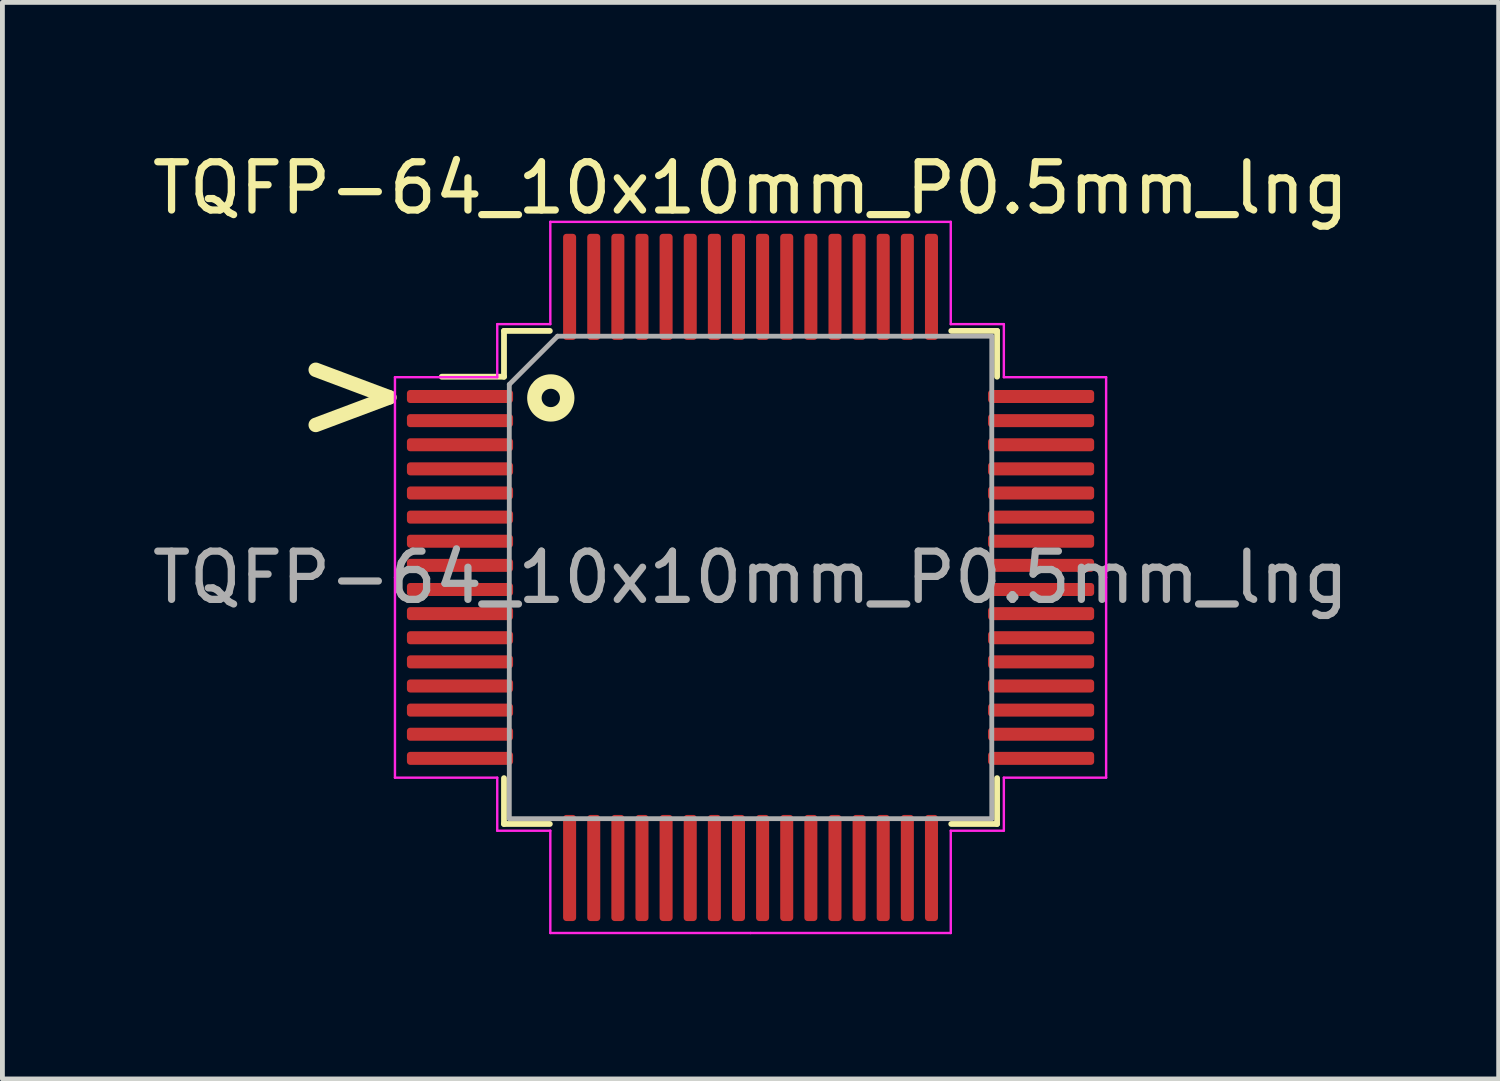
<source format=kicad_pcb>
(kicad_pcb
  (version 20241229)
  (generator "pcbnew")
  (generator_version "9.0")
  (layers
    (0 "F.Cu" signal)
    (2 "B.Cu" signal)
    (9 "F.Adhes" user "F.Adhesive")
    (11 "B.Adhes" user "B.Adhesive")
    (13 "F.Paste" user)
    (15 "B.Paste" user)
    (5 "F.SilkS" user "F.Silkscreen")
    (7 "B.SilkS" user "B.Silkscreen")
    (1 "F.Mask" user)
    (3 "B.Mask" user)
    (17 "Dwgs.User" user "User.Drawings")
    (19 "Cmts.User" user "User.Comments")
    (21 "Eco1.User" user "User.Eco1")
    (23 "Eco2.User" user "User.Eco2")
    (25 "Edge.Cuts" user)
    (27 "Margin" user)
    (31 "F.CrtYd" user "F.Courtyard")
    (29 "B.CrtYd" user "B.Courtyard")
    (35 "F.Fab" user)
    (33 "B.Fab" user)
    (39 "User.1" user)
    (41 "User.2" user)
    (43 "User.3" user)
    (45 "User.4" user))
  (footprint "TQFP-64_10x10mm_P0.5mm_lng"
    (layer "F.Cu")
    (at 12.506 8.918)
    (property "Reference" "TQFP-64_10x10mm_P0.5mm_lng" (at 0 -8.07 0) (layer "F.SilkS") (effects (font (size 1 1) (thickness 0.15))))
    (attr smd)
    (fp_line (start -5.11 -5.11) (end -5.11 -4.16) (stroke (width 0.12) (type solid)) (layer "F.SilkS"))
    (fp_line (start -5.11 -4.16) (end -6.4 -4.16) (stroke (width 0.12) (type solid)) (layer "F.SilkS"))
    (fp_line (start -5.11 5.11) (end -5.11 4.16) (stroke (width 0.12) (type solid)) (layer "F.SilkS"))
    (fp_line (start -4.16 -5.11) (end -5.11 -5.11) (stroke (width 0.12) (type solid)) (layer "F.SilkS"))
    (fp_line (start -4.16 5.11) (end -5.11 5.11) (stroke (width 0.12) (type solid)) (layer "F.SilkS"))
    (fp_line (start 4.16 -5.11) (end 5.11 -5.11) (stroke (width 0.12) (type solid)) (layer "F.SilkS"))
    (fp_line (start 4.16 5.11) (end 5.11 5.11) (stroke (width 0.12) (type solid)) (layer "F.SilkS"))
    (fp_line (start 5.11 -5.11) (end 5.11 -4.16) (stroke (width 0.12) (type solid)) (layer "F.SilkS"))
    (fp_line (start 5.11 5.11) (end 5.11 4.16) (stroke (width 0.12) (type solid)) (layer "F.SilkS"))
    (fp_circle (center -4.14 -3.72) (end -3.8 -3.72) (stroke (width 0.3) (type solid)) (fill no) (layer "F.SilkS"))
    (fp_line (start -7.37 -4.15) (end -7.37 0) (stroke (width 0.05) (type solid)) (layer "F.CrtYd"))
    (fp_line (start -7.37 4.15) (end -7.37 0) (stroke (width 0.05) (type solid)) (layer "F.CrtYd"))
    (fp_line (start -5.25 -5.25) (end -5.25 -4.15) (stroke (width 0.05) (type solid)) (layer "F.CrtYd"))
    (fp_line (start -5.25 -4.15) (end -7.37 -4.15) (stroke (width 0.05) (type solid)) (layer "F.CrtYd"))
    (fp_line (start -5.25 4.15) (end -7.37 4.15) (stroke (width 0.05) (type solid)) (layer "F.CrtYd"))
    (fp_line (start -5.25 5.25) (end -5.25 4.15) (stroke (width 0.05) (type solid)) (layer "F.CrtYd"))
    (fp_line (start -4.15 -7.37) (end -4.15 -5.25) (stroke (width 0.05) (type solid)) (layer "F.CrtYd"))
    (fp_line (start -4.15 -5.25) (end -5.25 -5.25) (stroke (width 0.05) (type solid)) (layer "F.CrtYd"))
    (fp_line (start -4.15 5.25) (end -5.25 5.25) (stroke (width 0.05) (type solid)) (layer "F.CrtYd"))
    (fp_line (start -4.15 7.37) (end -4.15 5.25) (stroke (width 0.05) (type solid)) (layer "F.CrtYd"))
    (fp_line (start 0 -7.37) (end -4.15 -7.37) (stroke (width 0.05) (type solid)) (layer "F.CrtYd"))
    (fp_line (start 0 -7.37) (end 4.15 -7.37) (stroke (width 0.05) (type solid)) (layer "F.CrtYd"))
    (fp_line (start 0 7.37) (end -4.15 7.37) (stroke (width 0.05) (type solid)) (layer "F.CrtYd"))
    (fp_line (start 0 7.37) (end 4.15 7.37) (stroke (width 0.05) (type solid)) (layer "F.CrtYd"))
    (fp_line (start 4.15 -7.37) (end 4.15 -5.25) (stroke (width 0.05) (type solid)) (layer "F.CrtYd"))
    (fp_line (start 4.15 -5.25) (end 5.25 -5.25) (stroke (width 0.05) (type solid)) (layer "F.CrtYd"))
    (fp_line (start 4.15 5.25) (end 5.25 5.25) (stroke (width 0.05) (type solid)) (layer "F.CrtYd"))
    (fp_line (start 4.15 7.37) (end 4.15 5.25) (stroke (width 0.05) (type solid)) (layer "F.CrtYd"))
    (fp_line (start 5.25 -5.25) (end 5.25 -4.15) (stroke (width 0.05) (type solid)) (layer "F.CrtYd"))
    (fp_line (start 5.25 -4.15) (end 7.37 -4.15) (stroke (width 0.05) (type solid)) (layer "F.CrtYd"))
    (fp_line (start 5.25 4.15) (end 7.37 4.15) (stroke (width 0.05) (type solid)) (layer "F.CrtYd"))
    (fp_line (start 5.25 5.25) (end 5.25 4.15) (stroke (width 0.05) (type solid)) (layer "F.CrtYd"))
    (fp_line (start 7.37 -4.15) (end 7.37 0) (stroke (width 0.05) (type solid)) (layer "F.CrtYd"))
    (fp_line (start 7.37 4.15) (end 7.37 0) (stroke (width 0.05) (type solid)) (layer "F.CrtYd"))
    (fp_line (start -5 -4) (end -4 -5) (stroke (width 0.1) (type solid)) (layer "F.Fab"))
    (fp_line (start -5 5) (end -5 -4) (stroke (width 0.1) (type solid)) (layer "F.Fab"))
    (fp_line (start -4 -5) (end 5 -5) (stroke (width 0.1) (type solid)) (layer "F.Fab"))
    (fp_line (start 5 -5) (end 5 5) (stroke (width 0.1) (type solid)) (layer "F.Fab"))
    (fp_line (start 5 5) (end -5 5) (stroke (width 0.1) (type solid)) (layer "F.Fab"))
    (fp_text user ">" (at -8.25 -3.88 0) (unlocked yes) (layer "F.SilkS") (effects (font (size 2 2) (thickness 0.3))))
    (fp_text user "${REFERENCE}" (at 0 0 0) (layer "F.Fab") (effects (font (size 1 1) (thickness 0.15))))
    (pad "1" smd roundrect (at -6.022 -3.75) (size 2.2 0.27) (layers "F.Cu" "F.Mask" "F.Paste") (roundrect_rratio 0.25))
    (pad "2" smd roundrect (at -6.022 -3.25) (size 2.2 0.27) (layers "F.Cu" "F.Mask" "F.Paste") (roundrect_rratio 0.25))
    (pad "3" smd roundrect (at -6.022 -2.75) (size 2.2 0.27) (layers "F.Cu" "F.Mask" "F.Paste") (roundrect_rratio 0.25))
    (pad "4" smd roundrect (at -6.022 -2.25) (size 2.2 0.27) (layers "F.Cu" "F.Mask" "F.Paste") (roundrect_rratio 0.25))
    (pad "5" smd roundrect (at -6.022 -1.75) (size 2.2 0.27) (layers "F.Cu" "F.Mask" "F.Paste") (roundrect_rratio 0.25))
    (pad "6" smd roundrect (at -6.022 -1.25) (size 2.2 0.27) (layers "F.Cu" "F.Mask" "F.Paste") (roundrect_rratio 0.25))
    (pad "7" smd roundrect (at -6.022 -0.75) (size 2.2 0.27) (layers "F.Cu" "F.Mask" "F.Paste") (roundrect_rratio 0.25))
    (pad "8" smd roundrect (at -6.022 -0.25) (size 2.2 0.27) (layers "F.Cu" "F.Mask" "F.Paste") (roundrect_rratio 0.25))
    (pad "9" smd roundrect (at -6.022 0.25) (size 2.2 0.27) (layers "F.Cu" "F.Mask" "F.Paste") (roundrect_rratio 0.25))
    (pad "10" smd roundrect (at -6.022 0.75) (size 2.2 0.27) (layers "F.Cu" "F.Mask" "F.Paste") (roundrect_rratio 0.25))
    (pad "11" smd roundrect (at -6.022 1.25) (size 2.2 0.27) (layers "F.Cu" "F.Mask" "F.Paste") (roundrect_rratio 0.25))
    (pad "12" smd roundrect (at -6.022 1.75) (size 2.2 0.27) (layers "F.Cu" "F.Mask" "F.Paste") (roundrect_rratio 0.25))
    (pad "13" smd roundrect (at -6.022 2.25) (size 2.2 0.27) (layers "F.Cu" "F.Mask" "F.Paste") (roundrect_rratio 0.25))
    (pad "14" smd roundrect (at -6.022 2.75) (size 2.2 0.27) (layers "F.Cu" "F.Mask" "F.Paste") (roundrect_rratio 0.25))
    (pad "15" smd roundrect (at -6.022 3.25) (size 2.2 0.27) (layers "F.Cu" "F.Mask" "F.Paste") (roundrect_rratio 0.25))
    (pad "16" smd roundrect (at -6.022 3.75) (size 2.2 0.27) (layers "F.Cu" "F.Mask" "F.Paste") (roundrect_rratio 0.25))
    (pad "17" smd roundrect (at -3.75 6.022) (size 0.27 2.2) (layers "F.Cu" "F.Mask" "F.Paste") (roundrect_rratio 0.25))
    (pad "18" smd roundrect (at -3.25 6.022) (size 0.27 2.2) (layers "F.Cu" "F.Mask" "F.Paste") (roundrect_rratio 0.25))
    (pad "19" smd roundrect (at -2.75 6.022) (size 0.27 2.2) (layers "F.Cu" "F.Mask" "F.Paste") (roundrect_rratio 0.25))
    (pad "20" smd roundrect (at -2.25 6.022) (size 0.27 2.2) (layers "F.Cu" "F.Mask" "F.Paste") (roundrect_rratio 0.25))
    (pad "21" smd roundrect (at -1.75 6.022) (size 0.27 2.2) (layers "F.Cu" "F.Mask" "F.Paste") (roundrect_rratio 0.25))
    (pad "22" smd roundrect (at -1.25 6.022) (size 0.27 2.2) (layers "F.Cu" "F.Mask" "F.Paste") (roundrect_rratio 0.25))
    (pad "23" smd roundrect (at -0.75 6.022) (size 0.27 2.2) (layers "F.Cu" "F.Mask" "F.Paste") (roundrect_rratio 0.25))
    (pad "24" smd roundrect (at -0.25 6.022) (size 0.27 2.2) (layers "F.Cu" "F.Mask" "F.Paste") (roundrect_rratio 0.25))
    (pad "25" smd roundrect (at 0.25 6.022) (size 0.27 2.2) (layers "F.Cu" "F.Mask" "F.Paste") (roundrect_rratio 0.25))
    (pad "26" smd roundrect (at 0.75 6.022) (size 0.27 2.2) (layers "F.Cu" "F.Mask" "F.Paste") (roundrect_rratio 0.25))
    (pad "27" smd roundrect (at 1.25 6.022) (size 0.27 2.2) (layers "F.Cu" "F.Mask" "F.Paste") (roundrect_rratio 0.25))
    (pad "28" smd roundrect (at 1.75 6.022) (size 0.27 2.2) (layers "F.Cu" "F.Mask" "F.Paste") (roundrect_rratio 0.25))
    (pad "29" smd roundrect (at 2.25 6.022) (size 0.27 2.2) (layers "F.Cu" "F.Mask" "F.Paste") (roundrect_rratio 0.25))
    (pad "30" smd roundrect (at 2.75 6.022) (size 0.27 2.2) (layers "F.Cu" "F.Mask" "F.Paste") (roundrect_rratio 0.25))
    (pad "31" smd roundrect (at 3.25 6.022) (size 0.27 2.2) (layers "F.Cu" "F.Mask" "F.Paste") (roundrect_rratio 0.25))
    (pad "32" smd roundrect (at 3.75 6.022) (size 0.27 2.2) (layers "F.Cu" "F.Mask" "F.Paste") (roundrect_rratio 0.25))
    (pad "33" smd roundrect (at 6.022 3.75) (size 2.2 0.27) (layers "F.Cu" "F.Mask" "F.Paste") (roundrect_rratio 0.25))
    (pad "34" smd roundrect (at 6.022 3.25) (size 2.2 0.27) (layers "F.Cu" "F.Mask" "F.Paste") (roundrect_rratio 0.25))
    (pad "35" smd roundrect (at 6.022 2.75) (size 2.2 0.27) (layers "F.Cu" "F.Mask" "F.Paste") (roundrect_rratio 0.25))
    (pad "36" smd roundrect (at 6.022 2.25) (size 2.2 0.27) (layers "F.Cu" "F.Mask" "F.Paste") (roundrect_rratio 0.25))
    (pad "37" smd roundrect (at 6.022 1.75) (size 2.2 0.27) (layers "F.Cu" "F.Mask" "F.Paste") (roundrect_rratio 0.25))
    (pad "38" smd roundrect (at 6.022 1.25) (size 2.2 0.27) (layers "F.Cu" "F.Mask" "F.Paste") (roundrect_rratio 0.25))
    (pad "39" smd roundrect (at 6.022 0.75) (size 2.2 0.27) (layers "F.Cu" "F.Mask" "F.Paste") (roundrect_rratio 0.25))
    (pad "40" smd roundrect (at 6.022 0.25) (size 2.2 0.27) (layers "F.Cu" "F.Mask" "F.Paste") (roundrect_rratio 0.25))
    (pad "41" smd roundrect (at 6.022 -0.25) (size 2.2 0.27) (layers "F.Cu" "F.Mask" "F.Paste") (roundrect_rratio 0.25))
    (pad "42" smd roundrect (at 6.022 -0.75) (size 2.2 0.27) (layers "F.Cu" "F.Mask" "F.Paste") (roundrect_rratio 0.25))
    (pad "43" smd roundrect (at 6.022 -1.25) (size 2.2 0.27) (layers "F.Cu" "F.Mask" "F.Paste") (roundrect_rratio 0.25))
    (pad "44" smd roundrect (at 6.022 -1.75) (size 2.2 0.27) (layers "F.Cu" "F.Mask" "F.Paste") (roundrect_rratio 0.25))
    (pad "45" smd roundrect (at 6.022 -2.25) (size 2.2 0.27) (layers "F.Cu" "F.Mask" "F.Paste") (roundrect_rratio 0.25))
    (pad "46" smd roundrect (at 6.022 -2.75) (size 2.2 0.27) (layers "F.Cu" "F.Mask" "F.Paste") (roundrect_rratio 0.25))
    (pad "47" smd roundrect (at 6.022 -3.25) (size 2.2 0.27) (layers "F.Cu" "F.Mask" "F.Paste") (roundrect_rratio 0.25))
    (pad "48" smd roundrect (at 6.022 -3.75) (size 2.2 0.27) (layers "F.Cu" "F.Mask" "F.Paste") (roundrect_rratio 0.25))
    (pad "49" smd roundrect (at 3.75 -6.022) (size 0.27 2.2) (layers "F.Cu" "F.Mask" "F.Paste") (roundrect_rratio 0.25))
    (pad "50" smd roundrect (at 3.25 -6.022) (size 0.27 2.2) (layers "F.Cu" "F.Mask" "F.Paste") (roundrect_rratio 0.25))
    (pad "51" smd roundrect (at 2.75 -6.022) (size 0.27 2.2) (layers "F.Cu" "F.Mask" "F.Paste") (roundrect_rratio 0.25))
    (pad "52" smd roundrect (at 2.25 -6.022) (size 0.27 2.2) (layers "F.Cu" "F.Mask" "F.Paste") (roundrect_rratio 0.25))
    (pad "53" smd roundrect (at 1.75 -6.022) (size 0.27 2.2) (layers "F.Cu" "F.Mask" "F.Paste") (roundrect_rratio 0.25))
    (pad "54" smd roundrect (at 1.25 -6.022) (size 0.27 2.2) (layers "F.Cu" "F.Mask" "F.Paste") (roundrect_rratio 0.25))
    (pad "55" smd roundrect (at 0.75 -6.022) (size 0.27 2.2) (layers "F.Cu" "F.Mask" "F.Paste") (roundrect_rratio 0.25))
    (pad "56" smd roundrect (at 0.25 -6.022) (size 0.27 2.2) (layers "F.Cu" "F.Mask" "F.Paste") (roundrect_rratio 0.25))
    (pad "57" smd roundrect (at -0.25 -6.022) (size 0.27 2.2) (layers "F.Cu" "F.Mask" "F.Paste") (roundrect_rratio 0.25))
    (pad "58" smd roundrect (at -0.75 -6.022) (size 0.27 2.2) (layers "F.Cu" "F.Mask" "F.Paste") (roundrect_rratio 0.25))
    (pad "59" smd roundrect (at -1.25 -6.022) (size 0.27 2.2) (layers "F.Cu" "F.Mask" "F.Paste") (roundrect_rratio 0.25))
    (pad "60" smd roundrect (at -1.75 -6.022) (size 0.27 2.2) (layers "F.Cu" "F.Mask" "F.Paste") (roundrect_rratio 0.25))
    (pad "61" smd roundrect (at -2.25 -6.022) (size 0.27 2.2) (layers "F.Cu" "F.Mask" "F.Paste") (roundrect_rratio 0.25))
    (pad "62" smd roundrect (at -2.75 -6.022) (size 0.27 2.2) (layers "F.Cu" "F.Mask" "F.Paste") (roundrect_rratio 0.25))
    (pad "63" smd roundrect (at -3.25 -6.022) (size 0.27 2.2) (layers "F.Cu" "F.Mask" "F.Paste") (roundrect_rratio 0.25))
    (pad "64" smd roundrect (at -3.75 -6.022) (size 0.27 2.2) (layers "F.Cu" "F.Mask" "F.Paste") (roundrect_rratio 0.25)))
  (gr_rect
    (start -3 -3)
    (end 28.012 19.313)
    (stroke (width 0.1) (type default))
    (fill no)
    (layer "Edge.Cuts")))
</source>
